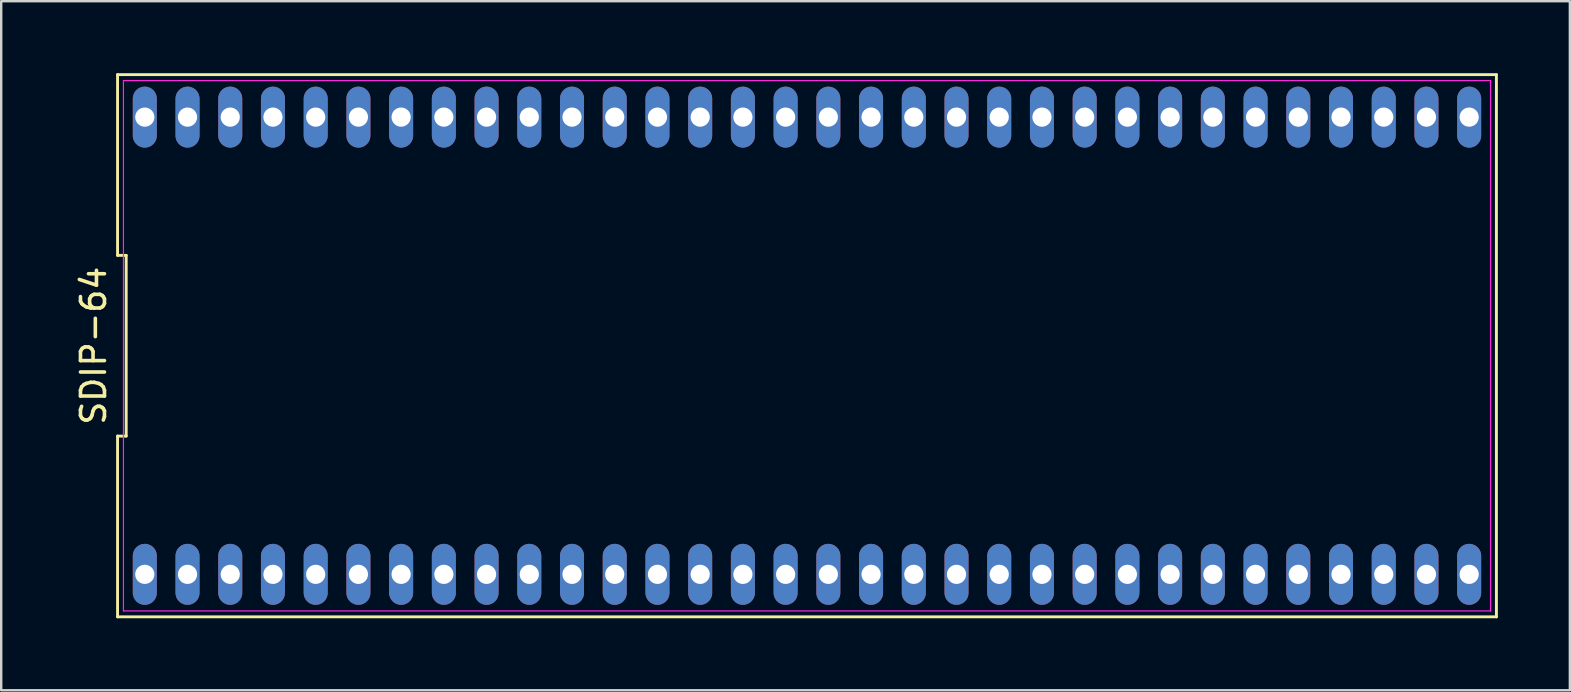
<source format=kicad_pcb>
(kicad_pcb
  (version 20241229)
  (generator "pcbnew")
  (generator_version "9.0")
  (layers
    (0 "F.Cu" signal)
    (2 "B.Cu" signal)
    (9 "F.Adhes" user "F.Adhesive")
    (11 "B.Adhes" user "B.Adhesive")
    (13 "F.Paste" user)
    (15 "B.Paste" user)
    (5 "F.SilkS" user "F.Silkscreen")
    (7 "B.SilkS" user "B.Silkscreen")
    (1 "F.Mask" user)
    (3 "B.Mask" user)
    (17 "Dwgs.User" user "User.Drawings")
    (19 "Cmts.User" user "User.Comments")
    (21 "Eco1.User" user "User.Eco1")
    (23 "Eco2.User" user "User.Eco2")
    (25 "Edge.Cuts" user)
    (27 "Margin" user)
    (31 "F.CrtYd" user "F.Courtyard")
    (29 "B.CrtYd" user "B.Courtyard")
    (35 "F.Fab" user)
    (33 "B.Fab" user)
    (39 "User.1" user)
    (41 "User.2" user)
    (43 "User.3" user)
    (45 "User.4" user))
  (footprint "SDIP-64"
    (layer "F.Cu")
    (at 30.573 11.355)
    (property "Reference" "SDIP-64" (at -29.725 0 90) (layer "F.SilkS") (effects (font (size 1 1) (thickness 0.15))))
    (attr through_hole)
    (fp_line (start -28.725 -11.295) (end -28.725 -3.765) (stroke (width 0.12) (type solid)) (layer "F.SilkS"))
    (fp_line (start -28.725 -3.765) (end -28.365 -3.765) (stroke (width 0.12) (type solid)) (layer "F.SilkS"))
    (fp_line (start -28.725 3.765) (end -28.725 11.295) (stroke (width 0.12) (type solid)) (layer "F.SilkS"))
    (fp_line (start -28.725 11.295) (end 28.725 11.295) (stroke (width 0.12) (type solid)) (layer "F.SilkS"))
    (fp_line (start -28.365 -3.765) (end -28.365 3.765) (stroke (width 0.12) (type solid)) (layer "F.SilkS"))
    (fp_line (start -28.365 3.765) (end -28.725 3.765) (stroke (width 0.12) (type solid)) (layer "F.SilkS"))
    (fp_line (start 28.725 -11.295) (end -28.725 -11.295) (stroke (width 0.12) (type solid)) (layer "F.SilkS"))
    (fp_line (start 28.725 11.295) (end 28.725 -11.295) (stroke (width 0.12) (type solid)) (layer "F.SilkS"))
    (fp_line (start -28.48 -11.05) (end 28.48 -11.05) (stroke (width 0.05) (type solid)) (layer "F.CrtYd"))
    (fp_line (start -28.48 11.05) (end -28.48 -11.05) (stroke (width 0.05) (type solid)) (layer "F.CrtYd"))
    (fp_line (start 28.48 -11.05) (end 28.48 11.05) (stroke (width 0.05) (type solid)) (layer "F.CrtYd"))
    (fp_line (start 28.48 11.05) (end -28.48 11.05) (stroke (width 0.05) (type solid)) (layer "F.CrtYd"))
    (pad "1" thru_hole oval (at -27.59 9.525) (size 1 2.54) (drill 0.8) (layers "*.Cu" "*.Mask"))
    (pad "2" thru_hole oval (at -25.81 9.525) (size 1 2.54) (drill 0.8) (layers "*.Cu" "*.Mask"))
    (pad "3" thru_hole oval (at -24.03 9.525) (size 1 2.54) (drill 0.8) (layers "*.Cu" "*.Mask"))
    (pad "4" thru_hole oval (at -22.25 9.525) (size 1 2.54) (drill 0.8) (layers "*.Cu" "*.Mask"))
    (pad "5" thru_hole oval (at -20.47 9.525) (size 1 2.54) (drill 0.8) (layers "*.Cu" "*.Mask"))
    (pad "6" thru_hole oval (at -18.69 9.525) (size 1 2.54) (drill 0.8) (layers "*.Cu" "*.Mask"))
    (pad "7" thru_hole oval (at -16.91 9.525) (size 1 2.54) (drill 0.8) (layers "*.Cu" "*.Mask"))
    (pad "8" thru_hole oval (at -15.13 9.525) (size 1 2.54) (drill 0.8) (layers "*.Cu" "*.Mask"))
    (pad "9" thru_hole oval (at -13.35 9.525) (size 1 2.54) (drill 0.8) (layers "*.Cu" "*.Mask"))
    (pad "10" thru_hole oval (at -11.57 9.525) (size 1 2.54) (drill 0.8) (layers "*.Cu" "*.Mask"))
    (pad "11" thru_hole oval (at -9.79 9.525) (size 1 2.54) (drill 0.8) (layers "*.Cu" "*.Mask"))
    (pad "12" thru_hole oval (at -8.01 9.525) (size 1 2.54) (drill 0.8) (layers "*.Cu" "*.Mask"))
    (pad "13" thru_hole oval (at -6.23 9.525) (size 1 2.54) (drill 0.8) (layers "*.Cu" "*.Mask"))
    (pad "14" thru_hole oval (at -4.45 9.525) (size 1 2.54) (drill 0.8) (layers "*.Cu" "*.Mask"))
    (pad "15" thru_hole oval (at -2.67 9.525) (size 1 2.54) (drill 0.8) (layers "*.Cu" "*.Mask"))
    (pad "16" thru_hole oval (at -0.89 9.525) (size 1 2.54) (drill 0.8) (layers "*.Cu" "*.Mask"))
    (pad "17" thru_hole oval (at 0.89 9.525) (size 1 2.54) (drill 0.8) (layers "*.Cu" "*.Mask"))
    (pad "18" thru_hole oval (at 2.67 9.525) (size 1 2.54) (drill 0.8) (layers "*.Cu" "*.Mask"))
    (pad "19" thru_hole oval (at 4.45 9.525) (size 1 2.54) (drill 0.8) (layers "*.Cu" "*.Mask"))
    (pad "20" thru_hole oval (at 6.23 9.525) (size 1 2.54) (drill 0.8) (layers "*.Cu" "*.Mask"))
    (pad "21" thru_hole oval (at 8.01 9.525) (size 1 2.54) (drill 0.8) (layers "*.Cu" "*.Mask"))
    (pad "22" thru_hole oval (at 9.79 9.525) (size 1 2.54) (drill 0.8) (layers "*.Cu" "*.Mask"))
    (pad "23" thru_hole oval (at 11.57 9.525) (size 1 2.54) (drill 0.8) (layers "*.Cu" "*.Mask"))
    (pad "24" thru_hole oval (at 13.35 9.525) (size 1 2.54) (drill 0.8) (layers "*.Cu" "*.Mask"))
    (pad "25" thru_hole oval (at 15.13 9.525) (size 1 2.54) (drill 0.8) (layers "*.Cu" "*.Mask"))
    (pad "26" thru_hole oval (at 16.91 9.525) (size 1 2.54) (drill 0.8) (layers "*.Cu" "*.Mask"))
    (pad "27" thru_hole oval (at 18.69 9.525) (size 1 2.54) (drill 0.8) (layers "*.Cu" "*.Mask"))
    (pad "28" thru_hole oval (at 20.47 9.525) (size 1 2.54) (drill 0.8) (layers "*.Cu" "*.Mask"))
    (pad "29" thru_hole oval (at 22.25 9.525) (size 1 2.54) (drill 0.8) (layers "*.Cu" "*.Mask"))
    (pad "30" thru_hole oval (at 24.03 9.525) (size 1 2.54) (drill 0.8) (layers "*.Cu" "*.Mask"))
    (pad "31" thru_hole oval (at 25.81 9.525) (size 1 2.54) (drill 0.8) (layers "*.Cu" "*.Mask"))
    (pad "32" thru_hole oval (at 27.59 9.525) (size 1 2.54) (drill 0.8) (layers "*.Cu" "*.Mask"))
    (pad "33" thru_hole oval (at 27.59 -9.525) (size 1 2.54) (drill 0.8) (layers "*.Cu" "*.Mask"))
    (pad "34" thru_hole oval (at 25.81 -9.525) (size 1 2.54) (drill 0.8) (layers "*.Cu" "*.Mask"))
    (pad "35" thru_hole oval (at 24.03 -9.525) (size 1 2.54) (drill 0.8) (layers "*.Cu" "*.Mask"))
    (pad "36" thru_hole oval (at 22.25 -9.525) (size 1 2.54) (drill 0.8) (layers "*.Cu" "*.Mask"))
    (pad "37" thru_hole oval (at 20.47 -9.525) (size 1 2.54) (drill 0.8) (layers "*.Cu" "*.Mask"))
    (pad "38" thru_hole oval (at 18.69 -9.525) (size 1 2.54) (drill 0.8) (layers "*.Cu" "*.Mask"))
    (pad "39" thru_hole oval (at 16.91 -9.525) (size 1 2.54) (drill 0.8) (layers "*.Cu" "*.Mask"))
    (pad "40" thru_hole oval (at 15.13 -9.525) (size 1 2.54) (drill 0.8) (layers "*.Cu" "*.Mask"))
    (pad "41" thru_hole oval (at 13.35 -9.525) (size 1 2.54) (drill 0.8) (layers "*.Cu" "*.Mask"))
    (pad "42" thru_hole oval (at 11.57 -9.525) (size 1 2.54) (drill 0.8) (layers "*.Cu" "*.Mask"))
    (pad "43" thru_hole oval (at 9.79 -9.525) (size 1 2.54) (drill 0.8) (layers "*.Cu" "*.Mask"))
    (pad "44" thru_hole oval (at 8.01 -9.525) (size 1 2.54) (drill 0.8) (layers "*.Cu" "*.Mask"))
    (pad "45" thru_hole oval (at 6.23 -9.525) (size 1 2.54) (drill 0.8) (layers "*.Cu" "*.Mask"))
    (pad "46" thru_hole oval (at 4.45 -9.525) (size 1 2.54) (drill 0.8) (layers "*.Cu" "*.Mask"))
    (pad "47" thru_hole oval (at 2.67 -9.525) (size 1 2.54) (drill 0.8) (layers "*.Cu" "*.Mask"))
    (pad "48" thru_hole oval (at 0.89 -9.525) (size 1 2.54) (drill 0.8) (layers "*.Cu" "*.Mask"))
    (pad "49" thru_hole oval (at -0.89 -9.525) (size 1 2.54) (drill 0.8) (layers "*.Cu" "*.Mask"))
    (pad "50" thru_hole oval (at -2.67 -9.525) (size 1 2.54) (drill 0.8) (layers "*.Cu" "*.Mask"))
    (pad "51" thru_hole oval (at -4.45 -9.525) (size 1 2.54) (drill 0.8) (layers "*.Cu" "*.Mask"))
    (pad "52" thru_hole oval (at -6.23 -9.525) (size 1 2.54) (drill 0.8) (layers "*.Cu" "*.Mask"))
    (pad "53" thru_hole oval (at -8.01 -9.525) (size 1 2.54) (drill 0.8) (layers "*.Cu" "*.Mask"))
    (pad "54" thru_hole oval (at -9.79 -9.525) (size 1 2.54) (drill 0.8) (layers "*.Cu" "*.Mask"))
    (pad "55" thru_hole oval (at -11.57 -9.525) (size 1 2.54) (drill 0.8) (layers "*.Cu" "*.Mask"))
    (pad "56" thru_hole oval (at -13.35 -9.525) (size 1 2.54) (drill 0.8) (layers "*.Cu" "*.Mask"))
    (pad "57" thru_hole oval (at -15.13 -9.525) (size 1 2.54) (drill 0.8) (layers "*.Cu" "*.Mask"))
    (pad "58" thru_hole oval (at -16.91 -9.525) (size 1 2.54) (drill 0.8) (layers "*.Cu" "*.Mask"))
    (pad "59" thru_hole oval (at -18.69 -9.525) (size 1 2.54) (drill 0.8) (layers "*.Cu" "*.Mask"))
    (pad "60" thru_hole oval (at -20.47 -9.525) (size 1 2.54) (drill 0.8) (layers "*.Cu" "*.Mask"))
    (pad "61" thru_hole oval (at -22.25 -9.525) (size 1 2.54) (drill 0.8) (layers "*.Cu" "*.Mask"))
    (pad "62" thru_hole oval (at -24.03 -9.525) (size 1 2.54) (drill 0.8) (layers "*.Cu" "*.Mask"))
    (pad "63" thru_hole oval (at -25.81 -9.525) (size 1 2.54) (drill 0.8) (layers "*.Cu" "*.Mask"))
    (pad "64" thru_hole oval (at -27.59 -9.525) (size 1 2.54) (drill 0.8) (layers "*.Cu" "*.Mask")))
  (gr_rect
    (start -3 -3)
    (end 62.358 25.71)
    (stroke (width 0.1) (type default))
    (fill no)
    (layer "Edge.Cuts")))
</source>
